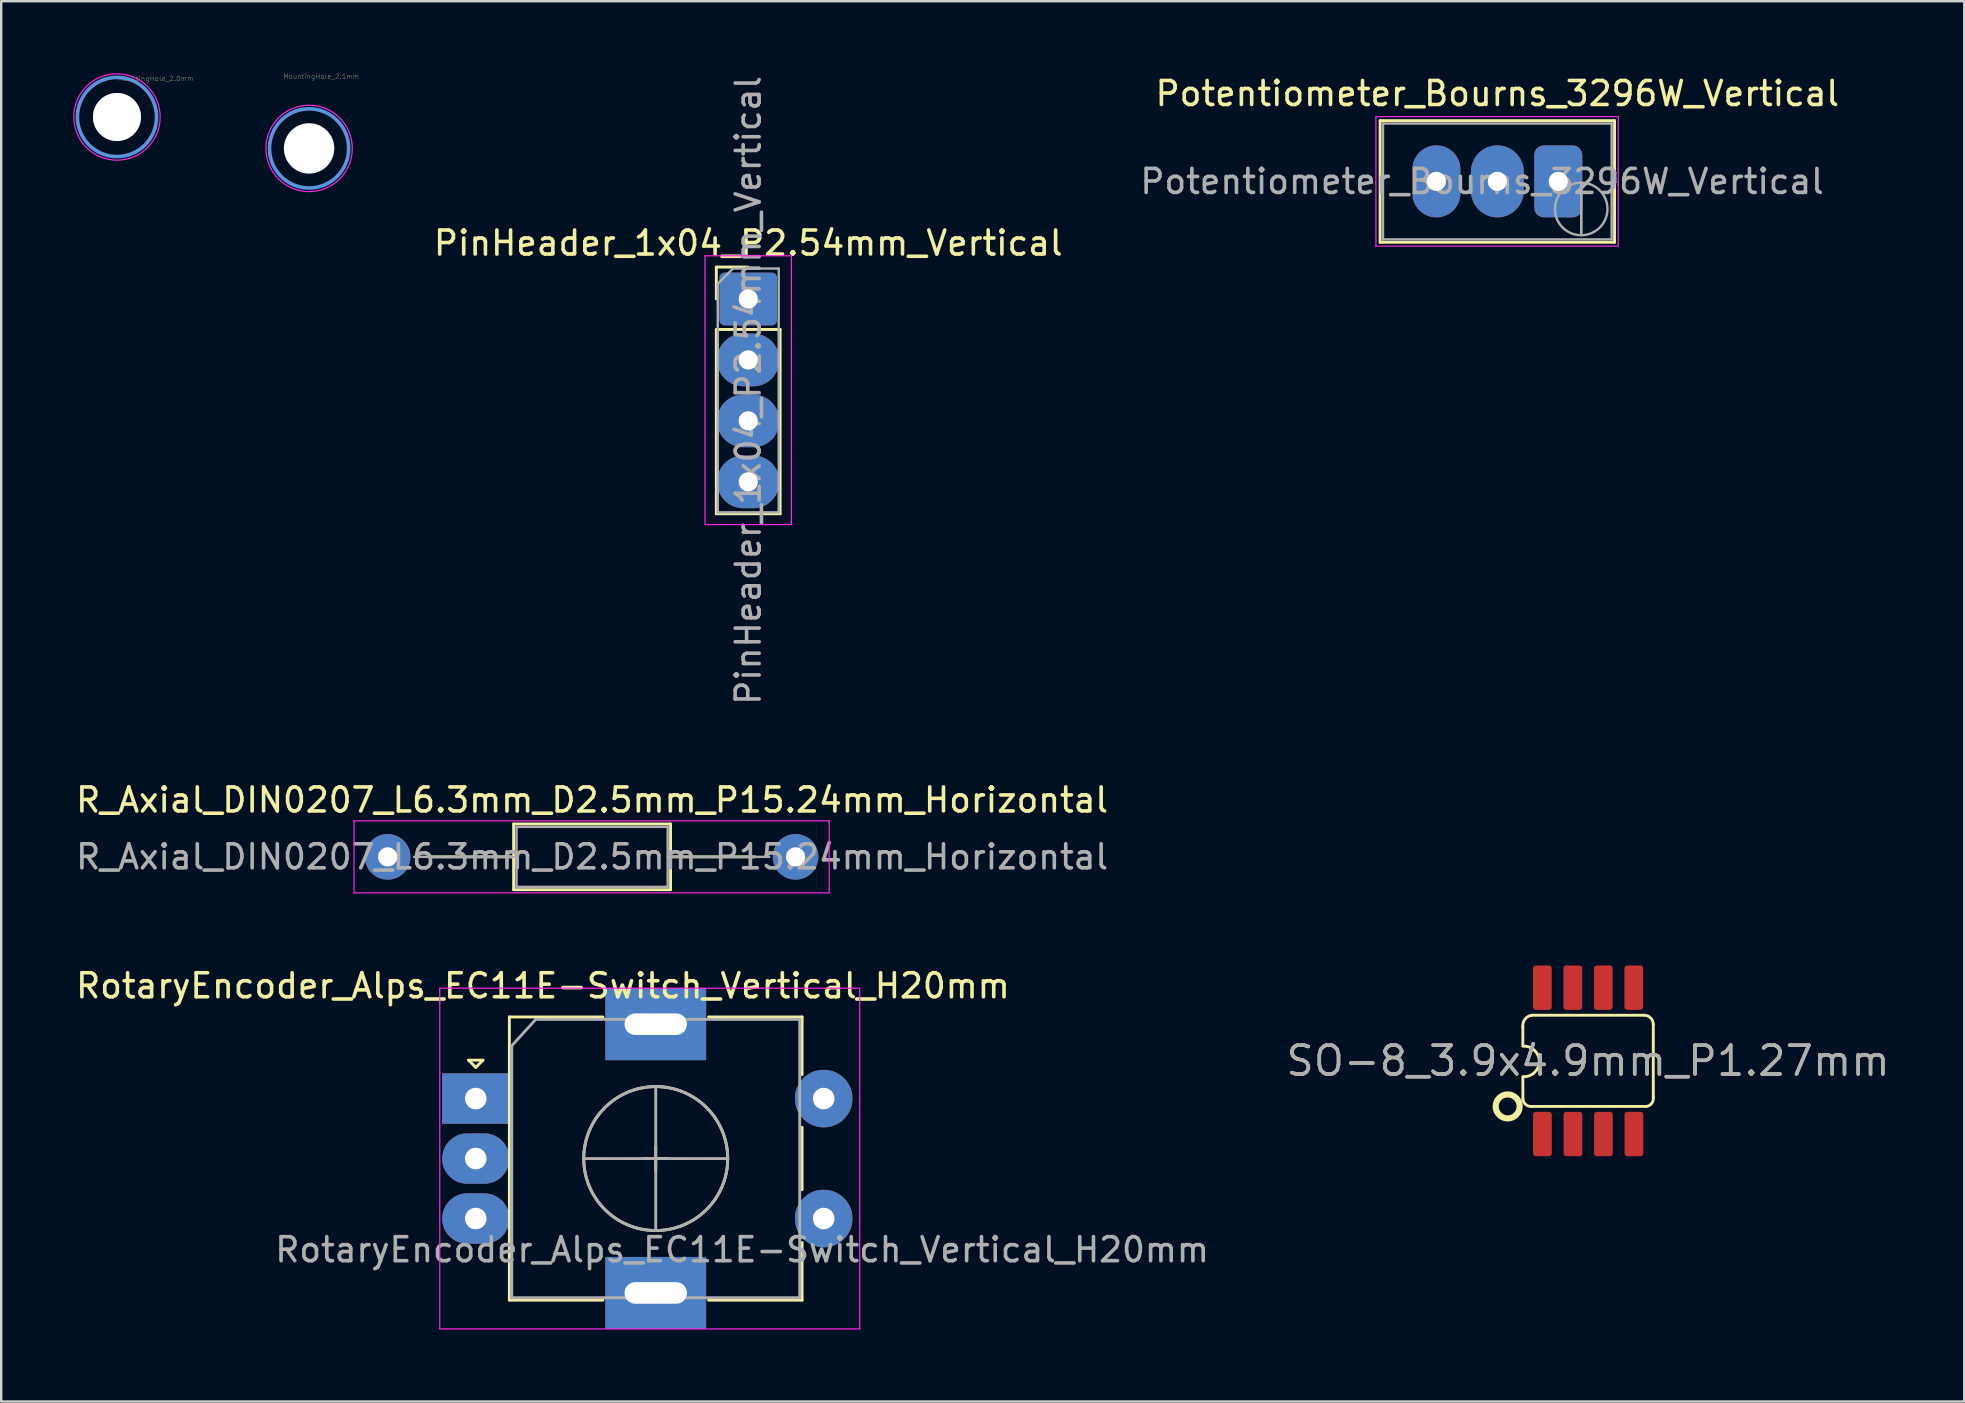
<source format=kicad_pcb>
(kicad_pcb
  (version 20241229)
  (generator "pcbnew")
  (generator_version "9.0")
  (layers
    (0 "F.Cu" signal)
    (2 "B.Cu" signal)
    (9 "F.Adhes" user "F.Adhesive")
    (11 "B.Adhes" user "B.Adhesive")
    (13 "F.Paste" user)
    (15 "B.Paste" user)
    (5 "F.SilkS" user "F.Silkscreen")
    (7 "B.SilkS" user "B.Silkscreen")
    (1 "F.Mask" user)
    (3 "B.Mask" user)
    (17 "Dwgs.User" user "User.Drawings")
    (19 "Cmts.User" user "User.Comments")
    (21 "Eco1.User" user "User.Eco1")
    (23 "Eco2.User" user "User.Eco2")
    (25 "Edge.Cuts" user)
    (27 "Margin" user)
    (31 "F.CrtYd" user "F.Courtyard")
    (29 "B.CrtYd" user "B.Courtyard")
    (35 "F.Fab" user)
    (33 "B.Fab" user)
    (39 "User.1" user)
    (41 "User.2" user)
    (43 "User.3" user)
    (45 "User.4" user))
  (footprint "Potentiometer_Bourns_3296W_Vertical"
    (layer "F.Cu")
    (at 61.89 4.508)
    (property "Reference" "Potentiometer_Bourns_3296W_Vertical" (at -2.54 -3.66 0) (layer "F.SilkS") (effects (font (size 1 1) (thickness 0.15))))
    (attr through_hole)
    (fp_line (start -7.425 -2.53) (end -7.425 2.54) (stroke (width 0.12) (type solid)) (layer "F.SilkS"))
    (fp_line (start -7.425 -2.53) (end 2.345 -2.53) (stroke (width 0.12) (type solid)) (layer "F.SilkS"))
    (fp_line (start -7.425 2.54) (end 2.345 2.54) (stroke (width 0.12) (type solid)) (layer "F.SilkS"))
    (fp_line (start 2.345 -2.53) (end 2.345 2.54) (stroke (width 0.12) (type solid)) (layer "F.SilkS"))
    (fp_line (start -7.6 -2.7) (end -7.6 2.7) (stroke (width 0.05) (type solid)) (layer "F.CrtYd"))
    (fp_line (start -7.6 2.7) (end 2.5 2.7) (stroke (width 0.05) (type solid)) (layer "F.CrtYd"))
    (fp_line (start 2.5 -2.7) (end -7.6 -2.7) (stroke (width 0.05) (type solid)) (layer "F.CrtYd"))
    (fp_line (start 2.5 2.7) (end 2.5 -2.7) (stroke (width 0.05) (type solid)) (layer "F.CrtYd"))
    (fp_line (start -7.305 -2.41) (end -7.305 2.42) (stroke (width 0.1) (type solid)) (layer "F.Fab"))
    (fp_line (start -7.305 2.42) (end 2.225 2.42) (stroke (width 0.1) (type solid)) (layer "F.Fab"))
    (fp_line (start 0.955 2.235) (end 0.956 0.066) (stroke (width 0.1) (type solid)) (layer "F.Fab"))
    (fp_line (start 0.955 2.235) (end 0.956 0.066) (stroke (width 0.1) (type solid)) (layer "F.Fab"))
    (fp_line (start 2.225 -2.41) (end -7.305 -2.41) (stroke (width 0.1) (type solid)) (layer "F.Fab"))
    (fp_line (start 2.225 2.42) (end 2.225 -2.41) (stroke (width 0.1) (type solid)) (layer "F.Fab"))
    (fp_circle (center 0.955 1.15) (end 2.05 1.15) (stroke (width 0.1) (type solid)) (fill no) (layer "F.Fab"))
    (fp_text user "${REFERENCE}" (at -3.175 0.005 0) (layer "F.Fab") (effects (font (size 1 1) (thickness 0.15))))
    (pad "1" thru_hole roundrect (at 0 0) (size 2 3) (drill 0.8) (layers "*.Cu" "*.Mask") (roundrect_rratio 0.2))
    (pad "2" thru_hole oval (at -2.54 0) (size 2.2 3) (drill 0.8) (layers "*.Cu" "*.Mask"))
    (pad "3" thru_hole oval (at -5.08 0) (size 2 3) (drill 0.8) (layers "*.Cu" "*.Mask")))
  (footprint "MountingHole_2.1mm"
    (layer "F.Cu")
    (at 9.831 3.135)
    (property "Reference" "MountingHole_2.1mm" (at 0.5 -3 0) (layer "F.SilkS") (effects (font (size 0.2 0.2) (thickness 0.01))))
    (attr exclude_from_pos_files exclude_from_bom)
    (fp_circle (center 0 0) (end 1.65 0) (stroke (width 0.15) (type solid)) (fill no) (layer "Cmts.User"))
    (fp_circle (center 0 0) (end 1.8 0) (stroke (width 0.05) (type solid)) (fill no) (layer "F.CrtYd"))
    (pad "" np_thru_hole circle (at 0 0) (size 2.1 2.1) (drill 2.1) (layers "*.Cu" "*.Mask")))
  (footprint "PinHeader_1x04_P2.54mm_Vertical"
    (layer "F.Cu")
    (at 28.132 9.41)
    (property "Reference" "PinHeader_1x04_P2.54mm_Vertical" (at 0 -2.33 0) (layer "F.SilkS") (effects (font (size 1 1) (thickness 0.15))))
    (attr through_hole)
    (fp_line (start -1.33 -1.33) (end 0 -1.33) (stroke (width 0.12) (type solid)) (layer "F.SilkS"))
    (fp_line (start -1.33 0) (end -1.33 -1.33) (stroke (width 0.12) (type solid)) (layer "F.SilkS"))
    (fp_line (start -1.33 1.27) (end -1.33 8.95) (stroke (width 0.12) (type solid)) (layer "F.SilkS"))
    (fp_line (start -1.33 1.27) (end 1.33 1.27) (stroke (width 0.12) (type solid)) (layer "F.SilkS"))
    (fp_line (start -1.33 8.95) (end 1.33 8.95) (stroke (width 0.12) (type solid)) (layer "F.SilkS"))
    (fp_line (start 1.33 1.27) (end 1.33 8.95) (stroke (width 0.12) (type solid)) (layer "F.SilkS"))
    (fp_line (start -1.8 -1.8) (end -1.8 9.4) (stroke (width 0.05) (type solid)) (layer "F.CrtYd"))
    (fp_line (start -1.8 9.4) (end 1.8 9.4) (stroke (width 0.05) (type solid)) (layer "F.CrtYd"))
    (fp_line (start 1.8 -1.8) (end -1.8 -1.8) (stroke (width 0.05) (type solid)) (layer "F.CrtYd"))
    (fp_line (start 1.8 9.4) (end 1.8 -1.8) (stroke (width 0.05) (type solid)) (layer "F.CrtYd"))
    (fp_line (start -1.27 -0.635) (end -0.635 -1.27) (stroke (width 0.1) (type solid)) (layer "F.Fab"))
    (fp_line (start -1.27 8.89) (end -1.27 -0.635) (stroke (width 0.1) (type solid)) (layer "F.Fab"))
    (fp_line (start -0.635 -1.27) (end 1.27 -1.27) (stroke (width 0.1) (type solid)) (layer "F.Fab"))
    (fp_line (start 1.27 -1.27) (end 1.27 8.89) (stroke (width 0.1) (type solid)) (layer "F.Fab"))
    (fp_line (start 1.27 8.89) (end -1.27 8.89) (stroke (width 0.1) (type solid)) (layer "F.Fab"))
    (fp_text user "${REFERENCE}" (at 0 3.81 90) (layer "F.Fab") (effects (font (size 1 1) (thickness 0.15))))
    (pad "1" thru_hole roundrect (at 0 0) (size 2.4 2.2) (drill 0.8) (layers "*.Cu" "*.Mask") (roundrect_rratio 0.1))
    (pad "2" thru_hole oval (at 0 2.54) (size 2.6 2.2) (drill 0.8) (layers "*.Cu" "*.Mask"))
    (pad "3" thru_hole oval (at 0 5.08) (size 2.6 2.2) (drill 0.8) (layers "*.Cu" "*.Mask"))
    (pad "4" thru_hole oval (at 0 7.62) (size 2.6 2.2) (drill 0.8) (layers "*.Cu" "*.Mask")))
  (footprint "R_Axial_DIN0207_L6.3mm_D2.5mm_P15.24mm_Horizontal"
    (layer "F.Cu")
    (at 21.605 32.659)
    (property "Reference" "R_Axial_DIN0207_L6.3mm_D2.5mm_P15.24mm_Horizontal" (at 0.02 -2.37 180) (layer "F.SilkS") (effects (font (size 1 1) (thickness 0.15))))
    (attr through_hole)
    (fp_line (start -6.8 0) (end -3.25 0) (stroke (width 0.12) (type solid)) (layer "F.SilkS"))
    (fp_line (start -3.25 -1.37) (end -3.25 1.37) (stroke (width 0.12) (type solid)) (layer "F.SilkS"))
    (fp_line (start -3.25 1.37) (end 3.29 1.37) (stroke (width 0.12) (type solid)) (layer "F.SilkS"))
    (fp_line (start 3.29 -1.37) (end -3.25 -1.37) (stroke (width 0.12) (type solid)) (layer "F.SilkS"))
    (fp_line (start 3.29 1.37) (end 3.29 -1.37) (stroke (width 0.12) (type solid)) (layer "F.SilkS"))
    (fp_line (start 6.8 0) (end 3.29 0) (stroke (width 0.12) (type solid)) (layer "F.SilkS"))
    (fp_line (start -9.9 -1.5) (end -9.9 1.5) (stroke (width 0.05) (type solid)) (layer "F.CrtYd"))
    (fp_line (start -9.9 1.5) (end 9.9 1.5) (stroke (width 0.05) (type solid)) (layer "F.CrtYd"))
    (fp_line (start 9.9 -1.5) (end -9.9 -1.5) (stroke (width 0.05) (type solid)) (layer "F.CrtYd"))
    (fp_line (start 9.9 1.5) (end 9.9 -1.5) (stroke (width 0.05) (type solid)) (layer "F.CrtYd"))
    (fp_line (start -7.4 0) (end -3.13 0) (stroke (width 0.1) (type solid)) (layer "F.Fab"))
    (fp_line (start -3.13 -1.25) (end -3.13 1.25) (stroke (width 0.1) (type solid)) (layer "F.Fab"))
    (fp_line (start -3.13 1.25) (end 3.17 1.25) (stroke (width 0.1) (type solid)) (layer "F.Fab"))
    (fp_line (start 3.17 -1.25) (end -3.13 -1.25) (stroke (width 0.1) (type solid)) (layer "F.Fab"))
    (fp_line (start 3.17 1.25) (end 3.17 -1.25) (stroke (width 0.1) (type solid)) (layer "F.Fab"))
    (fp_line (start 7.4 0) (end 3.17 0) (stroke (width 0.1) (type solid)) (layer "F.Fab"))
    (fp_text user "${REFERENCE}" (at 0.02 0 180) (layer "F.Fab") (effects (font (size 1 1) (thickness 0.15))))
    (pad "1" thru_hole circle (at -8.5 0) (size 1.9 1.9) (drill 0.8) (layers "*.Cu" "*.Mask"))
    (pad "2" thru_hole circle (at 8.5 0) (size 1.9 1.9) (drill 0.8) (layers "*.Cu" "*.Mask")))
  (footprint "RotaryEncoder_Alps_EC11E-Switch_Vertical_H20mm"
    (layer "F.Cu")
    (at 24.177 45.132)
    (property "Reference" "RotaryEncoder_Alps_EC11E-Switch_Vertical_H20mm" (at -4.6 -7.1 0) (layer "F.SilkS") (effects (font (size 1 1) (thickness 0.15))))
    (attr through_hole)
    (fp_line (start -7.7 -4) (end -7.1 -4) (stroke (width 0.12) (type solid)) (layer "F.SilkS"))
    (fp_line (start -7.4 -3.7) (end -7.7 -4) (stroke (width 0.12) (type solid)) (layer "F.SilkS"))
    (fp_line (start -7.1 -4) (end -7.4 -3.7) (stroke (width 0.12) (type solid)) (layer "F.SilkS"))
    (fp_line (start -6 -5.8) (end -6 6) (stroke (width 0.12) (type solid)) (layer "F.SilkS"))
    (fp_line (start -2.1 -5.8) (end -6 -5.8) (stroke (width 0.12) (type solid)) (layer "F.SilkS"))
    (fp_line (start -2.1 6) (end -6 6) (stroke (width 0.12) (type solid)) (layer "F.SilkS"))
    (fp_line (start -0.4 0.1) (end 0.6 0.1) (stroke (width 0.12) (type solid)) (layer "F.SilkS"))
    (fp_line (start 0.1 -0.4) (end 0.1 0.6) (stroke (width 0.12) (type solid)) (layer "F.SilkS"))
    (fp_line (start 2.3 -5.8) (end 6.2 -5.8) (stroke (width 0.12) (type solid)) (layer "F.SilkS"))
    (fp_line (start 6.2 -5.8) (end 6.2 -3.4) (stroke (width 0.12) (type solid)) (layer "F.SilkS"))
    (fp_line (start 6.2 -1.2) (end 6.2 1.4) (stroke (width 0.12) (type solid)) (layer "F.SilkS"))
    (fp_line (start 6.2 3.6) (end 6.2 6) (stroke (width 0.12) (type solid)) (layer "F.SilkS"))
    (fp_line (start 6.2 6) (end 2.3 6) (stroke (width 0.12) (type solid)) (layer "F.SilkS"))
    (fp_circle (center 0.1 0.1) (end 3.1 0.1) (stroke (width 0.12) (type solid)) (fill no) (layer "F.SilkS"))
    (fp_line (start -8.9 -7) (end -8.9 7.2) (stroke (width 0.05) (type solid)) (layer "F.CrtYd"))
    (fp_line (start -8.9 -7) (end 8.6 -7) (stroke (width 0.05) (type solid)) (layer "F.CrtYd"))
    (fp_line (start 8.6 7.2) (end -8.9 7.2) (stroke (width 0.05) (type solid)) (layer "F.CrtYd"))
    (fp_line (start 8.6 7.2) (end 8.6 -7) (stroke (width 0.05) (type solid)) (layer "F.CrtYd"))
    (fp_line (start -5.9 -4.6) (end -4.9 -5.7) (stroke (width 0.12) (type solid)) (layer "F.Fab"))
    (fp_line (start -5.9 5.9) (end -5.9 -4.6) (stroke (width 0.12) (type solid)) (layer "F.Fab"))
    (fp_line (start -4.9 -5.7) (end 6.1 -5.7) (stroke (width 0.12) (type solid)) (layer "F.Fab"))
    (fp_line (start -2.9 0.1) (end 3.1 0.1) (stroke (width 0.12) (type solid)) (layer "F.Fab"))
    (fp_line (start 0.1 -2.9) (end 0.1 3.1) (stroke (width 0.12) (type solid)) (layer "F.Fab"))
    (fp_line (start 6.1 -5.7) (end 6.1 5.9) (stroke (width 0.12) (type solid)) (layer "F.Fab"))
    (fp_line (start 6.1 5.9) (end -5.9 5.9) (stroke (width 0.12) (type solid)) (layer "F.Fab"))
    (fp_circle (center 0.1 0.1) (end 3.1 0.1) (stroke (width 0.12) (type solid)) (fill no) (layer "F.Fab"))
    (fp_text user "${REFERENCE}" (at 3.7 3.9 0) (layer "F.Fab") (effects (font (size 1 1) (thickness 0.15))))
    (pad "A" thru_hole rect (at -7.4 -2.4) (size 2.8 2.1) (drill 0.9) (layers "*.Cu" "*.Mask"))
    (pad "B" thru_hole oval (at -7.4 2.6) (size 2.8 2.1) (drill 0.9) (layers "*.Cu" "*.Mask"))
    (pad "C" thru_hole oval (at -7.4 0.1) (size 2.8 2.1) (drill 0.9) (layers "*.Cu" "*.Mask"))
    (pad "MP" thru_hole rect (at 0.1 -5.5) (size 4.2 3) (drill oval 2.6 0.9) (layers "*.Cu" "*.Mask"))
    (pad "MP" thru_hole rect (at 0.1 5.7) (size 4.2 3) (drill oval 2.6 0.9) (layers "*.Cu" "*.Mask"))
    (pad "S1" thru_hole circle (at 7.1 2.6) (size 2.4 2.4) (drill 0.9) (layers "*.Cu" "*.Mask"))
    (pad "S2" thru_hole circle (at 7.1 -2.4) (size 2.4 2.4) (drill 0.9) (layers "*.Cu" "*.Mask")))
  (footprint "MountingHole_2.0mm"
    (layer "F.Cu")
    (at 1.825 1.825)
    (property "Reference" "MountingHole_2.0mm" (at 1.6 -1.6 0) (layer "F.SilkS") (effects (font (size 0.2 0.2) (thickness 0.01))))
    (attr exclude_from_pos_files exclude_from_bom)
    (fp_circle (center 0 0) (end 1.65 0) (stroke (width 0.15) (type solid)) (fill no) (layer "Cmts.User"))
    (fp_circle (center 0 0) (end 1.8 0) (stroke (width 0.05) (type solid)) (fill no) (layer "F.CrtYd"))
    (pad "" thru_hole circle (at 0 0) (size 2 2) (drill 2) (layers "*.Cu" "*.Mask")))
  (footprint "SO-8_3.9x4.9mm_P1.27mm"
    (layer "F.Cu")
    (at 63.131 41.159)
    (property "Reference" "SO-8_3.9x4.9mm_P1.27mm" (at 0 0 180) (layer "F.SilkS") (effects (font (size 1.2 1.2) (thickness 0.14))))
    (attr smd)
    (fp_line (start -2.718 -1.417) (end -2.718 -0.61) (stroke (width 0.12) (type solid)) (layer "F.SilkS"))
    (fp_line (start -2.715 1.618) (end -2.718 0.66) (stroke (width 0.12) (type solid)) (layer "F.SilkS"))
    (fp_line (start -2.337 1.9) (end 2.436 1.9) (stroke (width 0.12) (type solid)) (layer "F.SilkS"))
    (fp_line (start 2.337 -1.9) (end -2.337 -1.9) (stroke (width 0.12) (type solid)) (layer "F.SilkS"))
    (fp_line (start 2.718 1.519) (end 2.718 -1.519) (stroke (width 0.12) (type solid)) (layer "F.SilkS"))
    (fp_arc (start -2.7178 -1.4174) (mid -2.62725 -1.737608) (end -2.3368 -1.9) (stroke (width 0.12) (type solid)) (layer "F.SilkS"))
    (fp_arc (start -2.667 -0.6096) (mid -2.032 0.0254) (end -2.667 0.6604) (stroke (width 0.12) (type solid)) (layer "F.SilkS"))
    (fp_arc (start -2.3368 1.9) (mid -2.588162 1.828382) (end -2.71526 1.6) (stroke (width 0.12) (type solid)) (layer "F.SilkS"))
    (fp_arc (start 2.3368 -1.9) (mid 2.606222 -1.78841) (end 2.7178 -1.519) (stroke (width 0.12) (type solid)) (layer "F.SilkS"))
    (fp_arc (start 2.7178 1.519) (mid 2.654468 1.768418) (end 2.43332 1.9) (stroke (width 0.12) (type solid)) (layer "F.SilkS"))
    (fp_circle (center -3.35 1.9) (end -2.85 1.9) (stroke (width 0.254) (type solid)) (fill no) (layer "F.SilkS"))
    (fp_text user "${REFERENCE}" (at 0 0 180) (layer "F.Fab") (effects (font (size 1.2 1.2) (thickness 0.15))))
    (pad "1" smd roundrect (at -1.9 3.05) (size 0.78 1.85) (layers "F.Cu" "F.Mask" "F.Paste") (roundrect_rratio 0.15))
    (pad "2" smd roundrect (at -0.63 3.05) (size 0.78 1.85) (layers "F.Cu" "F.Mask" "F.Paste") (roundrect_rratio 0.15))
    (pad "3" smd roundrect (at 0.64 3.05) (size 0.78 1.85) (layers "F.Cu" "F.Mask" "F.Paste") (roundrect_rratio 0.15))
    (pad "4" smd roundrect (at 1.91 3.05) (size 0.78 1.85) (layers "F.Cu" "F.Mask" "F.Paste") (roundrect_rratio 0.15))
    (pad "5" smd roundrect (at 1.905 -3.05) (size 0.78 1.85) (layers "F.Cu" "F.Mask" "F.Paste") (roundrect_rratio 0.15))
    (pad "6" smd roundrect (at 0.635 -3.05) (size 0.78 1.85) (layers "F.Cu" "F.Mask" "F.Paste") (roundrect_rratio 0.15))
    (pad "7" smd roundrect (at -0.635 -3.05) (size 0.78 1.85) (layers "F.Cu" "F.Mask" "F.Paste") (roundrect_rratio 0.15))
    (pad "8" smd roundrect (at -1.905 -3.05) (size 0.78 1.85) (layers "F.Cu" "F.Mask" "F.Paste") (roundrect_rratio 0.15)))
  (gr_rect
    (start -3 -3)
    (end 78.808 55.357)
    (stroke (width 0.1) (type default))
    (fill no)
    (layer "Edge.Cuts")))
</source>
